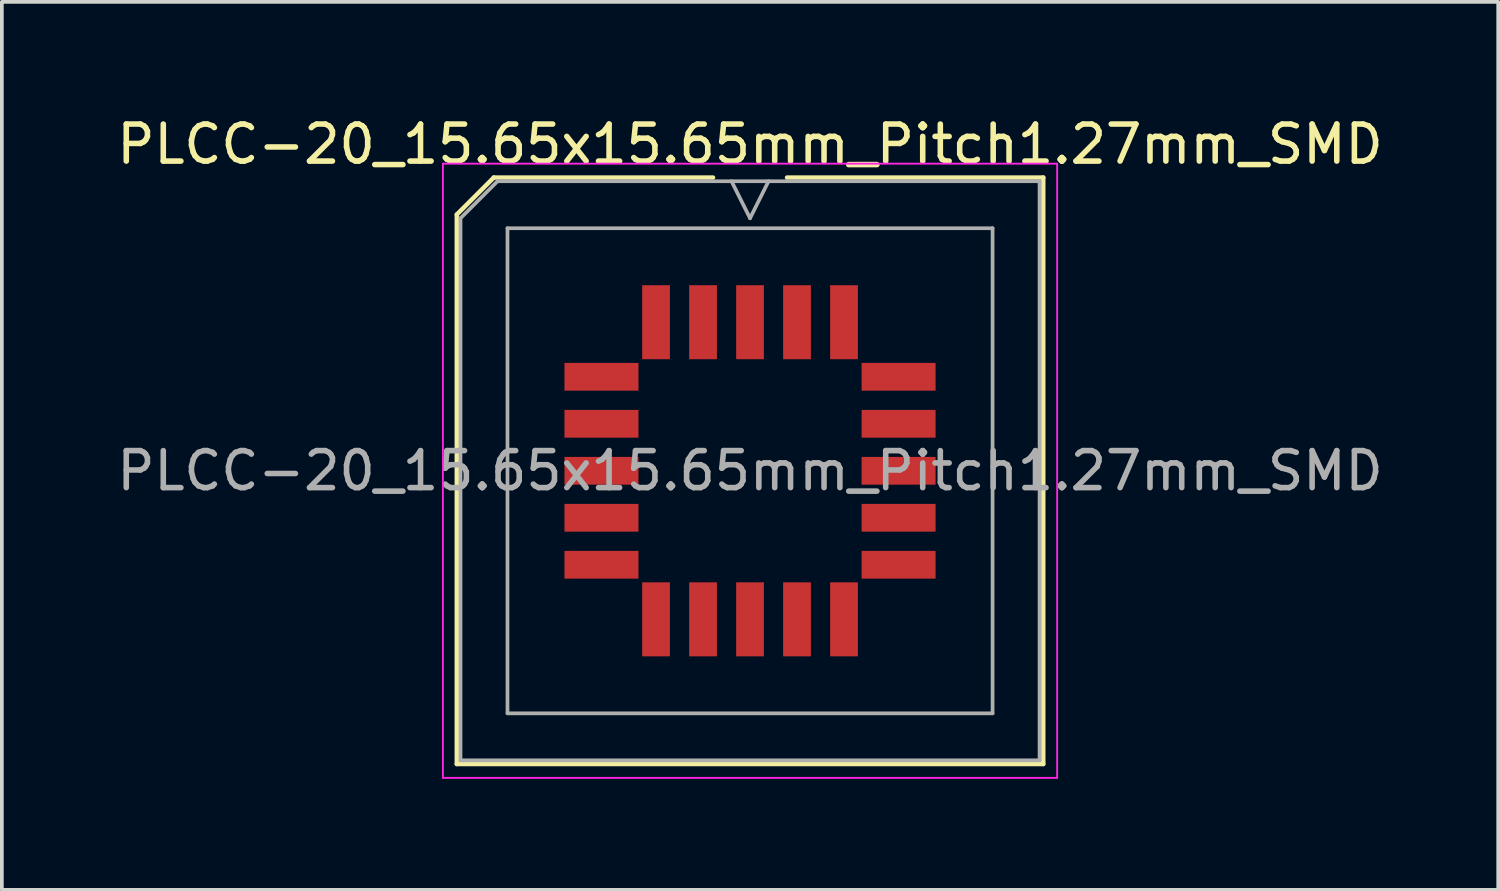
<source format=kicad_pcb>
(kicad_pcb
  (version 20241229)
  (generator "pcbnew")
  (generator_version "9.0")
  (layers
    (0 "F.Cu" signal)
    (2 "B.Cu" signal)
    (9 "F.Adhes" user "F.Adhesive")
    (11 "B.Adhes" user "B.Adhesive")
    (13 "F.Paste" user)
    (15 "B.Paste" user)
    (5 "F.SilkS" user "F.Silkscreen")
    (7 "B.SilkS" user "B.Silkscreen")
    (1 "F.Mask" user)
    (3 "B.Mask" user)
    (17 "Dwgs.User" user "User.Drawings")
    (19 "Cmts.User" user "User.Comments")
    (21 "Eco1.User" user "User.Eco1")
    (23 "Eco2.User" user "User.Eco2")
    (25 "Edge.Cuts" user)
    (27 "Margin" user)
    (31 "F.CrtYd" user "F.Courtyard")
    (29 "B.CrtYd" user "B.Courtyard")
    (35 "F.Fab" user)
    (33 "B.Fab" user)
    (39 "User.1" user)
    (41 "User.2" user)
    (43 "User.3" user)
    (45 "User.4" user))
  (footprint "PLCC-20_15.65x15.65mm_Pitch1.27mm_SMD"
    (layer "F.Cu")
    (at 17.22 9.673)
    (property "Reference" "PLCC-20_15.65x15.65mm_Pitch1.27mm_SMD" (at 0 -8.825 0) (layer "F.SilkS") (effects (font (size 1 1) (thickness 0.15))))
    (attr smd)
    (fp_line (start -7.925 -6.925) (end -7.925 7.925) (stroke (width 0.12) (type solid)) (layer "F.SilkS"))
    (fp_line (start -7.925 7.925) (end 7.925 7.925) (stroke (width 0.12) (type solid)) (layer "F.SilkS"))
    (fp_line (start -6.925 -7.925) (end -7.925 -6.925) (stroke (width 0.12) (type solid)) (layer "F.SilkS"))
    (fp_line (start -1 -7.925) (end -6.925 -7.925) (stroke (width 0.12) (type solid)) (layer "F.SilkS"))
    (fp_line (start 7.925 -7.925) (end 1 -7.925) (stroke (width 0.12) (type solid)) (layer "F.SilkS"))
    (fp_line (start 7.925 7.925) (end 7.925 -7.925) (stroke (width 0.12) (type solid)) (layer "F.SilkS"))
    (fp_line (start -8.3 -8.3) (end -8.3 8.3) (stroke (width 0.05) (type solid)) (layer "F.CrtYd"))
    (fp_line (start -8.3 8.3) (end 8.3 8.3) (stroke (width 0.05) (type solid)) (layer "F.CrtYd"))
    (fp_line (start 8.3 -8.3) (end -8.3 -8.3) (stroke (width 0.05) (type solid)) (layer "F.CrtYd"))
    (fp_line (start 8.3 8.3) (end 8.3 -8.3) (stroke (width 0.05) (type solid)) (layer "F.CrtYd"))
    (fp_line (start -7.825 -6.825) (end -7.825 7.825) (stroke (width 0.1) (type solid)) (layer "F.Fab"))
    (fp_line (start -7.825 7.825) (end 7.825 7.825) (stroke (width 0.1) (type solid)) (layer "F.Fab"))
    (fp_line (start -6.825 -7.825) (end -7.825 -6.825) (stroke (width 0.1) (type solid)) (layer "F.Fab"))
    (fp_line (start -6.555 -6.555) (end -6.555 6.555) (stroke (width 0.1) (type solid)) (layer "F.Fab"))
    (fp_line (start -6.555 6.555) (end 6.555 6.555) (stroke (width 0.1) (type solid)) (layer "F.Fab"))
    (fp_line (start -0.5 -7.825) (end 0 -6.825) (stroke (width 0.1) (type solid)) (layer "F.Fab"))
    (fp_line (start 0 -6.825) (end 0.5 -7.825) (stroke (width 0.1) (type solid)) (layer "F.Fab"))
    (fp_line (start 6.555 -6.555) (end -6.555 -6.555) (stroke (width 0.1) (type solid)) (layer "F.Fab"))
    (fp_line (start 6.555 6.555) (end 6.555 -6.555) (stroke (width 0.1) (type solid)) (layer "F.Fab"))
    (fp_line (start 7.825 -7.825) (end -6.825 -7.825) (stroke (width 0.1) (type solid)) (layer "F.Fab"))
    (fp_line (start 7.825 7.825) (end 7.825 -7.825) (stroke (width 0.1) (type solid)) (layer "F.Fab"))
    (fp_text user "${REFERENCE}" (at 0 0 0) (layer "F.Fab") (effects (font (size 1 1) (thickness 0.15))))
    (pad "1" smd rect (at 0 -4.015) (size 0.75 2) (layers "F.Cu" "F.Mask" "F.Paste"))
    (pad "2" smd rect (at -1.27 -4.015) (size 0.75 2) (layers "F.Cu" "F.Mask" "F.Paste"))
    (pad "3" smd rect (at -2.54 -4.015) (size 0.75 2) (layers "F.Cu" "F.Mask" "F.Paste"))
    (pad "4" smd rect (at -4.015 -2.54) (size 2 0.75) (layers "F.Cu" "F.Mask" "F.Paste"))
    (pad "5" smd rect (at -4.015 -1.27) (size 2 0.75) (layers "F.Cu" "F.Mask" "F.Paste"))
    (pad "6" smd rect (at -4.015 0) (size 2 0.75) (layers "F.Cu" "F.Mask" "F.Paste"))
    (pad "7" smd rect (at -4.015 1.27) (size 2 0.75) (layers "F.Cu" "F.Mask" "F.Paste"))
    (pad "8" smd rect (at -4.015 2.54) (size 2 0.75) (layers "F.Cu" "F.Mask" "F.Paste"))
    (pad "9" smd rect (at -2.54 4.015) (size 0.75 2) (layers "F.Cu" "F.Mask" "F.Paste"))
    (pad "10" smd rect (at -1.27 4.015) (size 0.75 2) (layers "F.Cu" "F.Mask" "F.Paste"))
    (pad "11" smd rect (at 0 4.015) (size 0.75 2) (layers "F.Cu" "F.Mask" "F.Paste"))
    (pad "12" smd rect (at 1.27 4.015) (size 0.75 2) (layers "F.Cu" "F.Mask" "F.Paste"))
    (pad "13" smd rect (at 2.54 4.015) (size 0.75 2) (layers "F.Cu" "F.Mask" "F.Paste"))
    (pad "14" smd rect (at 4.015 2.54) (size 2 0.75) (layers "F.Cu" "F.Mask" "F.Paste"))
    (pad "15" smd rect (at 4.015 1.27) (size 2 0.75) (layers "F.Cu" "F.Mask" "F.Paste"))
    (pad "16" smd rect (at 4.015 0) (size 2 0.75) (layers "F.Cu" "F.Mask" "F.Paste"))
    (pad "17" smd rect (at 4.015 -1.27) (size 2 0.75) (layers "F.Cu" "F.Mask" "F.Paste"))
    (pad "18" smd rect (at 4.015 -2.54) (size 2 0.75) (layers "F.Cu" "F.Mask" "F.Paste"))
    (pad "19" smd rect (at 2.54 -4.015) (size 0.75 2) (layers "F.Cu" "F.Mask" "F.Paste"))
    (pad "20" smd rect (at 1.27 -4.015) (size 0.75 2) (layers "F.Cu" "F.Mask" "F.Paste")))
  (gr_rect
    (start -3 -3)
    (end 37.44 20.998)
    (stroke (width 0.1) (type default))
    (fill no)
    (layer "Edge.Cuts")))
</source>
